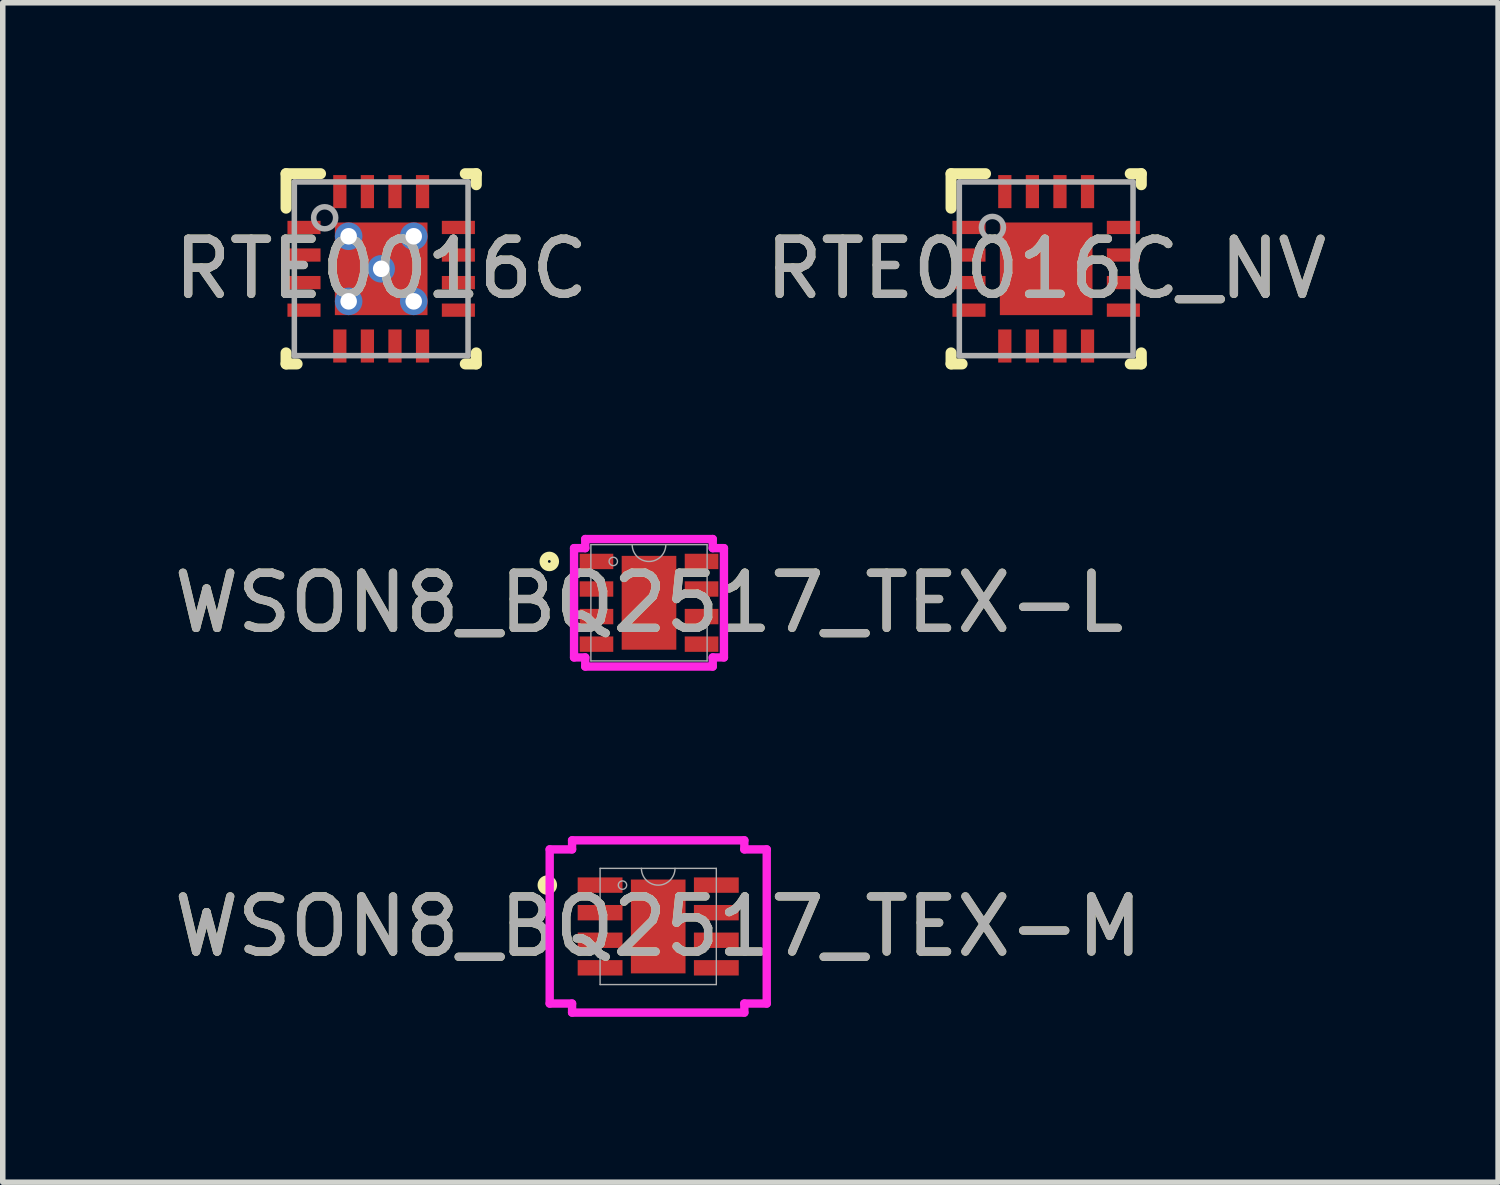
<source format=kicad_pcb>
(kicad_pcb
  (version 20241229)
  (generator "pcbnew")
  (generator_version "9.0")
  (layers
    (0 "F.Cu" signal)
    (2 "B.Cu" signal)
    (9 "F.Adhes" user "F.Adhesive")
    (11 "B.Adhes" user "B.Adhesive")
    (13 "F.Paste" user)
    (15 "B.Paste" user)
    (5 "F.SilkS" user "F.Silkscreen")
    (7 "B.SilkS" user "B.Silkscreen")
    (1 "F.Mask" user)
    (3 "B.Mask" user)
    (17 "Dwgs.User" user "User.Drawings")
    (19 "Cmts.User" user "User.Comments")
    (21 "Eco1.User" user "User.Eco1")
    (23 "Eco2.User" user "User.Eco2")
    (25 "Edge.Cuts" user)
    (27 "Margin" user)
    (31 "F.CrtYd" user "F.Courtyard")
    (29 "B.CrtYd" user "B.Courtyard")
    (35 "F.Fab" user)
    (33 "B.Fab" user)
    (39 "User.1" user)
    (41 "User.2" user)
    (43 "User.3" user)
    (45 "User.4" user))
  (footprint "RTE0016C"
    (layer "F.Cu")
    (at 3.863 1.825)
    (property "Reference" "RTE0016C" (at 0 0 0) (unlocked yes) (layer "F.SilkS") (effects (font (size 1 1) (thickness 0.15))))
    (attr smd)
    (fp_line (start -1.725 -1.725) (end -1.1 -1.725) (stroke (width 0.2) (type solid)) (layer "F.SilkS"))
    (fp_line (start -1.725 -1.1) (end -1.725 -1.725) (stroke (width 0.2) (type solid)) (layer "F.SilkS"))
    (fp_line (start -1.725 1.725) (end -1.725 1.525) (stroke (width 0.2) (type solid)) (layer "F.SilkS"))
    (fp_line (start -1.725 1.725) (end -1.525 1.725) (stroke (width 0.2) (type solid)) (layer "F.SilkS"))
    (fp_line (start 1.525 -1.725) (end 1.725 -1.725) (stroke (width 0.2) (type solid)) (layer "F.SilkS"))
    (fp_line (start 1.525 1.725) (end 1.725 1.725) (stroke (width 0.2) (type solid)) (layer "F.SilkS"))
    (fp_line (start 1.725 -1.525) (end 1.725 -1.725) (stroke (width 0.2) (type solid)) (layer "F.SilkS"))
    (fp_line (start 1.725 1.725) (end 1.725 1.525) (stroke (width 0.2) (type solid)) (layer "F.SilkS"))
    (fp_poly (pts (xy -0.775 0.728) (xy -0.775 -0.729) (xy -0.774 -0.738) (xy -0.771 -0.746) (xy -0.767 -0.754) (xy -0.761 -0.761) (xy -0.754 -0.767) (xy -0.746 -0.771) (xy -0.738 -0.774) (xy -0.729 -0.775) (xy 0.729 -0.775) (xy 0.738 -0.774) (xy 0.746 -0.771) (xy 0.754 -0.767) (xy 0.761 -0.761) (xy 0.767 -0.754) (xy 0.771 -0.746) (xy 0.774 -0.738) (xy 0.775 -0.729) (xy 0.775 0.728) (xy 0.774 0.738) (xy 0.771 0.746) (xy 0.767 0.754) (xy 0.761 0.761) (xy 0.754 0.767) (xy 0.746 0.771) (xy 0.738 0.774) (xy 0.729 0.775) (xy -0.729 0.775) (xy -0.738 0.774) (xy -0.746 0.771) (xy -0.754 0.767) (xy -0.761 0.761) (xy -0.767 0.754) (xy -0.771 0.746) (xy -0.774 0.738)) (stroke (width 0) (type solid)) (fill yes) (layer "F.Paste"))
    (fp_line (start -1.575 -1.575) (end 1.575 -1.575) (stroke (width 0.1) (type solid)) (layer "F.Fab"))
    (fp_line (start -1.575 1.575) (end -1.575 -1.575) (stroke (width 0.1) (type solid)) (layer "F.Fab"))
    (fp_line (start -1.575 1.575) (end 1.575 1.575) (stroke (width 0.1) (type solid)) (layer "F.Fab"))
    (fp_line (start 1.575 1.575) (end 1.575 -1.575) (stroke (width 0.1) (type solid)) (layer "F.Fab"))
    (fp_circle (center -1.025 -0.925) (end -0.825 -0.925) (stroke (width 0.1) (type solid)) (fill no) (layer "F.Fab"))
    (fp_text user "${REFERENCE}" (at 0 0 0) (unlocked yes) (layer "F.Fab") (effects (font (size 1 1) (thickness 0.15))))
    (pad "1" smd rect (at -1.4 -0.75 90) (size 0.24 0.6) (layers "F.Cu" "F.Mask" "F.Paste"))
    (pad "2" smd rect (at -1.4 -0.25 90) (size 0.24 0.6) (layers "F.Cu" "F.Mask" "F.Paste"))
    (pad "3" smd rect (at -1.4 0.25 90) (size 0.24 0.6) (layers "F.Cu" "F.Mask" "F.Paste"))
    (pad "4" smd rect (at -1.4 0.75 90) (size 0.24 0.6) (layers "F.Cu" "F.Mask" "F.Paste"))
    (pad "5" smd rect (at -0.75 1.4) (size 0.24 0.6) (layers "F.Cu" "F.Mask" "F.Paste"))
    (pad "6" smd rect (at -0.25 1.4) (size 0.24 0.6) (layers "F.Cu" "F.Mask" "F.Paste"))
    (pad "7" smd rect (at 0.25 1.4) (size 0.24 0.6) (layers "F.Cu" "F.Mask" "F.Paste"))
    (pad "8" smd rect (at 0.75 1.4) (size 0.24 0.6) (layers "F.Cu" "F.Mask" "F.Paste"))
    (pad "9" smd rect (at 1.4 0.75 90) (size 0.24 0.6) (layers "F.Cu" "F.Mask" "F.Paste"))
    (pad "10" smd rect (at 1.4 0.25 90) (size 0.24 0.6) (layers "F.Cu" "F.Mask" "F.Paste"))
    (pad "11" smd rect (at 1.4 -0.25 90) (size 0.24 0.6) (layers "F.Cu" "F.Mask" "F.Paste"))
    (pad "12" smd rect (at 1.4 -0.75 90) (size 0.24 0.6) (layers "F.Cu" "F.Mask" "F.Paste"))
    (pad "13" smd rect (at 0.75 -1.4) (size 0.24 0.6) (layers "F.Cu" "F.Mask" "F.Paste"))
    (pad "14" smd rect (at 0.25 -1.4) (size 0.24 0.6) (layers "F.Cu" "F.Mask" "F.Paste"))
    (pad "15" smd rect (at -0.25 -1.4) (size 0.24 0.6) (layers "F.Cu" "F.Mask" "F.Paste"))
    (pad "16" smd rect (at -0.75 -1.4) (size 0.24 0.6) (layers "F.Cu" "F.Mask" "F.Paste"))
    (pad "17" thru_hole circle (at -0.59 -0.59) (size 0.5 0.5) (drill 0.3) (layers "*.Cu" "B.Mask"))
    (pad "17" thru_hole circle (at -0.59 0.59) (size 0.5 0.5) (drill 0.3) (layers "*.Cu" "B.Mask"))
    (pad "17" thru_hole circle (at 0 -0.000003) (size 0.5 0.5) (drill 0.3) (layers "*.Cu" "B.Mask"))
    (pad "17" smd rect (at 0.000003 -0.000003) (size 1.68 1.68) (layers "F.Cu" "F.Mask"))
    (pad "17" thru_hole circle (at 0.59 -0.59) (size 0.5 0.5) (drill 0.3) (layers "*.Cu" "B.Mask"))
    (pad "17" thru_hole circle (at 0.59 0.59) (size 0.5 0.5) (drill 0.3) (layers "*.Cu" "B.Mask")))
  (footprint "RTE0016C_NV"
    (layer "F.Cu")
    (at 15.923 1.825)
    (property "Reference" "RTE0016C_NV" (at 0 0 0) (unlocked yes) (layer "F.SilkS") (effects (font (size 1 1) (thickness 0.15))))
    (attr smd)
    (fp_line (start -1.725 -1.725) (end -1.1 -1.725) (stroke (width 0.2) (type solid)) (layer "F.SilkS"))
    (fp_line (start -1.725 -1.1) (end -1.725 -1.725) (stroke (width 0.2) (type solid)) (layer "F.SilkS"))
    (fp_line (start -1.725 1.725) (end -1.725 1.525) (stroke (width 0.2) (type solid)) (layer "F.SilkS"))
    (fp_line (start -1.725 1.725) (end -1.525 1.725) (stroke (width 0.2) (type solid)) (layer "F.SilkS"))
    (fp_line (start 1.525 -1.725) (end 1.725 -1.725) (stroke (width 0.2) (type solid)) (layer "F.SilkS"))
    (fp_line (start 1.525 1.725) (end 1.725 1.725) (stroke (width 0.2) (type solid)) (layer "F.SilkS"))
    (fp_line (start 1.725 -1.525) (end 1.725 -1.725) (stroke (width 0.2) (type solid)) (layer "F.SilkS"))
    (fp_line (start 1.725 1.725) (end 1.725 1.525) (stroke (width 0.2) (type solid)) (layer "F.SilkS"))
    (fp_poly (pts (xy -0.775 0.729) (xy -0.775 -0.729) (xy -0.774 -0.738) (xy -0.771 -0.746) (xy -0.767 -0.754) (xy -0.761 -0.761) (xy -0.754 -0.767) (xy -0.746 -0.771) (xy -0.738 -0.774) (xy -0.729 -0.775) (xy 0.729 -0.775) (xy 0.738 -0.774) (xy 0.746 -0.771) (xy 0.754 -0.767) (xy 0.761 -0.761) (xy 0.767 -0.754) (xy 0.771 -0.746) (xy 0.774 -0.738) (xy 0.775 -0.729) (xy 0.775 0.729) (xy 0.774 0.738) (xy 0.771 0.746) (xy 0.767 0.754) (xy 0.761 0.761) (xy 0.754 0.767) (xy 0.746 0.771) (xy 0.738 0.774) (xy 0.729 0.775) (xy -0.729 0.775) (xy -0.738 0.774) (xy -0.746 0.771) (xy -0.754 0.767) (xy -0.761 0.761) (xy -0.767 0.754) (xy -0.771 0.746) (xy -0.774 0.738)) (stroke (width 0) (type solid)) (fill yes) (layer "F.Paste"))
    (fp_line (start -1.575 -1.575) (end 1.575 -1.575) (stroke (width 0.1) (type solid)) (layer "F.Fab"))
    (fp_line (start -1.575 1.575) (end -1.575 -1.575) (stroke (width 0.1) (type solid)) (layer "F.Fab"))
    (fp_line (start -1.575 1.575) (end 1.575 1.575) (stroke (width 0.1) (type solid)) (layer "F.Fab"))
    (fp_line (start 1.575 1.575) (end 1.575 -1.575) (stroke (width 0.1) (type solid)) (layer "F.Fab"))
    (fp_circle (center -0.975 -0.75) (end -0.775 -0.75) (stroke (width 0.1) (type solid)) (fill no) (layer "F.Fab"))
    (fp_text user "${REFERENCE}" (at 0 0 0) (unlocked yes) (layer "F.Fab") (effects (font (size 1 1) (thickness 0.15))))
    (pad "1" smd rect (at -1.4 -0.75 90) (size 0.24 0.6) (layers "F.Cu" "F.Mask" "F.Paste"))
    (pad "2" smd rect (at -1.4 -0.25 90) (size 0.24 0.6) (layers "F.Cu" "F.Mask" "F.Paste"))
    (pad "3" smd rect (at -1.4 0.25 90) (size 0.24 0.6) (layers "F.Cu" "F.Mask" "F.Paste"))
    (pad "4" smd rect (at -1.4 0.75 90) (size 0.24 0.6) (layers "F.Cu" "F.Mask" "F.Paste"))
    (pad "5" smd rect (at -0.75 1.4) (size 0.24 0.6) (layers "F.Cu" "F.Mask" "F.Paste"))
    (pad "6" smd rect (at -0.25 1.4) (size 0.24 0.6) (layers "F.Cu" "F.Mask" "F.Paste"))
    (pad "7" smd rect (at 0.25 1.4) (size 0.24 0.6) (layers "F.Cu" "F.Mask" "F.Paste"))
    (pad "8" smd rect (at 0.75 1.4) (size 0.24 0.6) (layers "F.Cu" "F.Mask" "F.Paste"))
    (pad "9" smd rect (at 1.4 0.75 90) (size 0.24 0.6) (layers "F.Cu" "F.Mask" "F.Paste"))
    (pad "10" smd rect (at 1.4 0.25 90) (size 0.24 0.6) (layers "F.Cu" "F.Mask" "F.Paste"))
    (pad "11" smd rect (at 1.4 -0.25 90) (size 0.24 0.6) (layers "F.Cu" "F.Mask" "F.Paste"))
    (pad "12" smd rect (at 1.4 -0.75 90) (size 0.24 0.6) (layers "F.Cu" "F.Mask" "F.Paste"))
    (pad "13" smd rect (at 0.75 -1.4) (size 0.24 0.6) (layers "F.Cu" "F.Mask" "F.Paste"))
    (pad "14" smd rect (at 0.25 -1.4) (size 0.24 0.6) (layers "F.Cu" "F.Mask" "F.Paste"))
    (pad "15" smd rect (at -0.25 -1.4) (size 0.24 0.6) (layers "F.Cu" "F.Mask" "F.Paste"))
    (pad "16" smd rect (at -0.75 -1.4) (size 0.24 0.6) (layers "F.Cu" "F.Mask" "F.Paste"))
    (pad "17" smd rect (at 0.000003 0) (size 1.68 1.68) (layers "F.Cu" "F.Mask")))
  (footprint "WSON8_BQ2517_TEX-L"
    (layer "F.Cu")
    (at 8.72 7.882)
    (property "Reference" "WSON8_BQ2517_TEX-L" (at 0 0 0) (unlocked yes) (layer "F.SilkS") (effects (font (size 1 1) (thickness 0.15))))
    (attr smd)
    (fp_circle (center -1.808 -0.75) (end -1.707 -0.75) (stroke (width 0.152) (type solid)) (fill no) (layer "F.SilkS"))
    (fp_line (start -1.359 -0.991) (end -1.156 -0.991) (stroke (width 0.152) (type solid)) (layer "F.CrtYd"))
    (fp_line (start -1.359 0.991) (end -1.359 -0.991) (stroke (width 0.152) (type solid)) (layer "F.CrtYd"))
    (fp_line (start -1.359 0.991) (end -1.156 0.991) (stroke (width 0.152) (type solid)) (layer "F.CrtYd"))
    (fp_line (start -1.156 -1.156) (end 1.156 -1.156) (stroke (width 0.152) (type solid)) (layer "F.CrtYd"))
    (fp_line (start -1.156 -0.991) (end -1.156 -1.156) (stroke (width 0.152) (type solid)) (layer "F.CrtYd"))
    (fp_line (start -1.156 1.156) (end -1.156 0.991) (stroke (width 0.152) (type solid)) (layer "F.CrtYd"))
    (fp_line (start 1.156 -1.156) (end 1.156 -0.991) (stroke (width 0.152) (type solid)) (layer "F.CrtYd"))
    (fp_line (start 1.156 0.991) (end 1.156 1.156) (stroke (width 0.152) (type solid)) (layer "F.CrtYd"))
    (fp_line (start 1.156 1.156) (end -1.156 1.156) (stroke (width 0.152) (type solid)) (layer "F.CrtYd"))
    (fp_line (start 1.359 -0.991) (end 1.156 -0.991) (stroke (width 0.152) (type solid)) (layer "F.CrtYd"))
    (fp_line (start 1.359 -0.991) (end 1.359 0.991) (stroke (width 0.152) (type solid)) (layer "F.CrtYd"))
    (fp_line (start 1.359 0.991) (end 1.156 0.991) (stroke (width 0.152) (type solid)) (layer "F.CrtYd"))
    (fp_line (start -1.054 -1.054) (end -1.054 1.054) (stroke (width 0.025) (type solid)) (layer "F.Fab"))
    (fp_line (start -1.054 1.054) (end 1.054 1.054) (stroke (width 0.025) (type solid)) (layer "F.Fab"))
    (fp_line (start 1.054 -1.054) (end -1.054 -1.054) (stroke (width 0.025) (type solid)) (layer "F.Fab"))
    (fp_line (start 1.054 1.054) (end 1.054 -1.054) (stroke (width 0.025) (type solid)) (layer "F.Fab"))
    (fp_arc (start 0.3048 -1.0541) (mid 0 -0.7493) (end -0.3048 -1.0541) (stroke (width 0.0254) (type solid)) (layer "F.Fab"))
    (fp_circle (center -0.648 -0.75) (end -0.572 -0.75) (stroke (width 0.025) (type solid)) (fill no) (layer "F.Fab"))
    (fp_text user "${REFERENCE}" (at 0 0 0) (unlocked yes) (layer "F.Fab") (effects (font (size 1 1) (thickness 0.15))))
    (pad "1" smd rect (at -0.953 -0.75) (size 0.61 0.279) (layers "F.Cu" "F.Mask" "F.Paste"))
    (pad "2" smd rect (at -0.953 -0.25) (size 0.61 0.279) (layers "F.Cu" "F.Mask" "F.Paste"))
    (pad "3" smd rect (at -0.953 0.25) (size 0.61 0.279) (layers "F.Cu" "F.Mask" "F.Paste"))
    (pad "4" smd rect (at -0.953 0.75) (size 0.61 0.279) (layers "F.Cu" "F.Mask" "F.Paste"))
    (pad "5" smd rect (at 0.953 0.75) (size 0.61 0.279) (layers "F.Cu" "F.Mask" "F.Paste"))
    (pad "6" smd rect (at 0.953 0.25) (size 0.61 0.279) (layers "F.Cu" "F.Mask" "F.Paste"))
    (pad "7" smd rect (at 0.953 -0.25) (size 0.61 0.279) (layers "F.Cu" "F.Mask" "F.Paste"))
    (pad "8" smd rect (at 0.953 -0.75) (size 0.61 0.279) (layers "F.Cu" "F.Mask" "F.Paste"))
    (pad "9" smd rect (at 0 0) (size 0.991 1.702) (layers "F.Cu" "F.Mask" "F.Paste")))
  (footprint "WSON8_BQ2517_TEX-M"
    (layer "F.Cu")
    (at 8.887 13.752)
    (property "Reference" "WSON8_BQ2517_TEX-M" (at 0 0 0) (unlocked yes) (layer "F.SilkS") (effects (font (size 1 1) (thickness 0.15))))
    (attr smd)
    (fp_circle (center -2.011 -0.75) (end -1.91 -0.75) (stroke (width 0.152) (type solid)) (fill no) (layer "F.SilkS"))
    (fp_line (start -1.968 -1.398) (end -1.562 -1.398) (stroke (width 0.152) (type solid)) (layer "F.CrtYd"))
    (fp_line (start -1.968 1.398) (end -1.968 -1.398) (stroke (width 0.152) (type solid)) (layer "F.CrtYd"))
    (fp_line (start -1.968 1.398) (end -1.562 1.398) (stroke (width 0.152) (type solid)) (layer "F.CrtYd"))
    (fp_line (start -1.562 -1.562) (end 1.562 -1.562) (stroke (width 0.152) (type solid)) (layer "F.CrtYd"))
    (fp_line (start -1.562 -1.398) (end -1.562 -1.562) (stroke (width 0.152) (type solid)) (layer "F.CrtYd"))
    (fp_line (start -1.562 1.562) (end -1.562 1.398) (stroke (width 0.152) (type solid)) (layer "F.CrtYd"))
    (fp_line (start 1.562 -1.562) (end 1.562 -1.398) (stroke (width 0.152) (type solid)) (layer "F.CrtYd"))
    (fp_line (start 1.562 1.398) (end 1.562 1.562) (stroke (width 0.152) (type solid)) (layer "F.CrtYd"))
    (fp_line (start 1.562 1.562) (end -1.562 1.562) (stroke (width 0.152) (type solid)) (layer "F.CrtYd"))
    (fp_line (start 1.968 -1.398) (end 1.562 -1.398) (stroke (width 0.152) (type solid)) (layer "F.CrtYd"))
    (fp_line (start 1.968 -1.398) (end 1.968 1.398) (stroke (width 0.152) (type solid)) (layer "F.CrtYd"))
    (fp_line (start 1.968 1.398) (end 1.562 1.398) (stroke (width 0.152) (type solid)) (layer "F.CrtYd"))
    (fp_line (start -1.054 -1.054) (end -1.054 1.054) (stroke (width 0.025) (type solid)) (layer "F.Fab"))
    (fp_line (start -1.054 1.054) (end 1.054 1.054) (stroke (width 0.025) (type solid)) (layer "F.Fab"))
    (fp_line (start 1.054 -1.054) (end -1.054 -1.054) (stroke (width 0.025) (type solid)) (layer "F.Fab"))
    (fp_line (start 1.054 1.054) (end 1.054 -1.054) (stroke (width 0.025) (type solid)) (layer "F.Fab"))
    (fp_arc (start 0.3048 -1.0541) (mid 0 -0.7493) (end -0.3048 -1.0541) (stroke (width 0.0254) (type solid)) (layer "F.Fab"))
    (fp_circle (center -0.648 -0.75) (end -0.572 -0.75) (stroke (width 0.025) (type solid)) (fill no) (layer "F.Fab"))
    (fp_text user "${REFERENCE}" (at 0 0 0) (unlocked yes) (layer "F.Fab") (effects (font (size 1 1) (thickness 0.15))))
    (pad "1" smd rect (at -1.054 -0.75) (size 0.813 0.279) (layers "F.Cu" "F.Mask" "F.Paste"))
    (pad "2" smd rect (at -1.054 -0.25) (size 0.813 0.279) (layers "F.Cu" "F.Mask" "F.Paste"))
    (pad "3" smd rect (at -1.054 0.25) (size 0.813 0.279) (layers "F.Cu" "F.Mask" "F.Paste"))
    (pad "4" smd rect (at -1.054 0.75) (size 0.813 0.279) (layers "F.Cu" "F.Mask" "F.Paste"))
    (pad "5" smd rect (at 1.054 0.75) (size 0.813 0.279) (layers "F.Cu" "F.Mask" "F.Paste"))
    (pad "6" smd rect (at 1.054 0.25) (size 0.813 0.279) (layers "F.Cu" "F.Mask" "F.Paste"))
    (pad "7" smd rect (at 1.054 -0.25) (size 0.813 0.279) (layers "F.Cu" "F.Mask" "F.Paste"))
    (pad "8" smd rect (at 1.054 -0.75) (size 0.813 0.279) (layers "F.Cu" "F.Mask" "F.Paste"))
    (pad "9" smd rect (at 0 0) (size 0.991 1.702) (layers "F.Cu" "F.Mask" "F.Paste")))
  (gr_rect
    (start -3 -3)
    (end 24.119 18.39)
    (stroke (width 0.1) (type default))
    (fill no)
    (layer "Edge.Cuts")))
</source>
